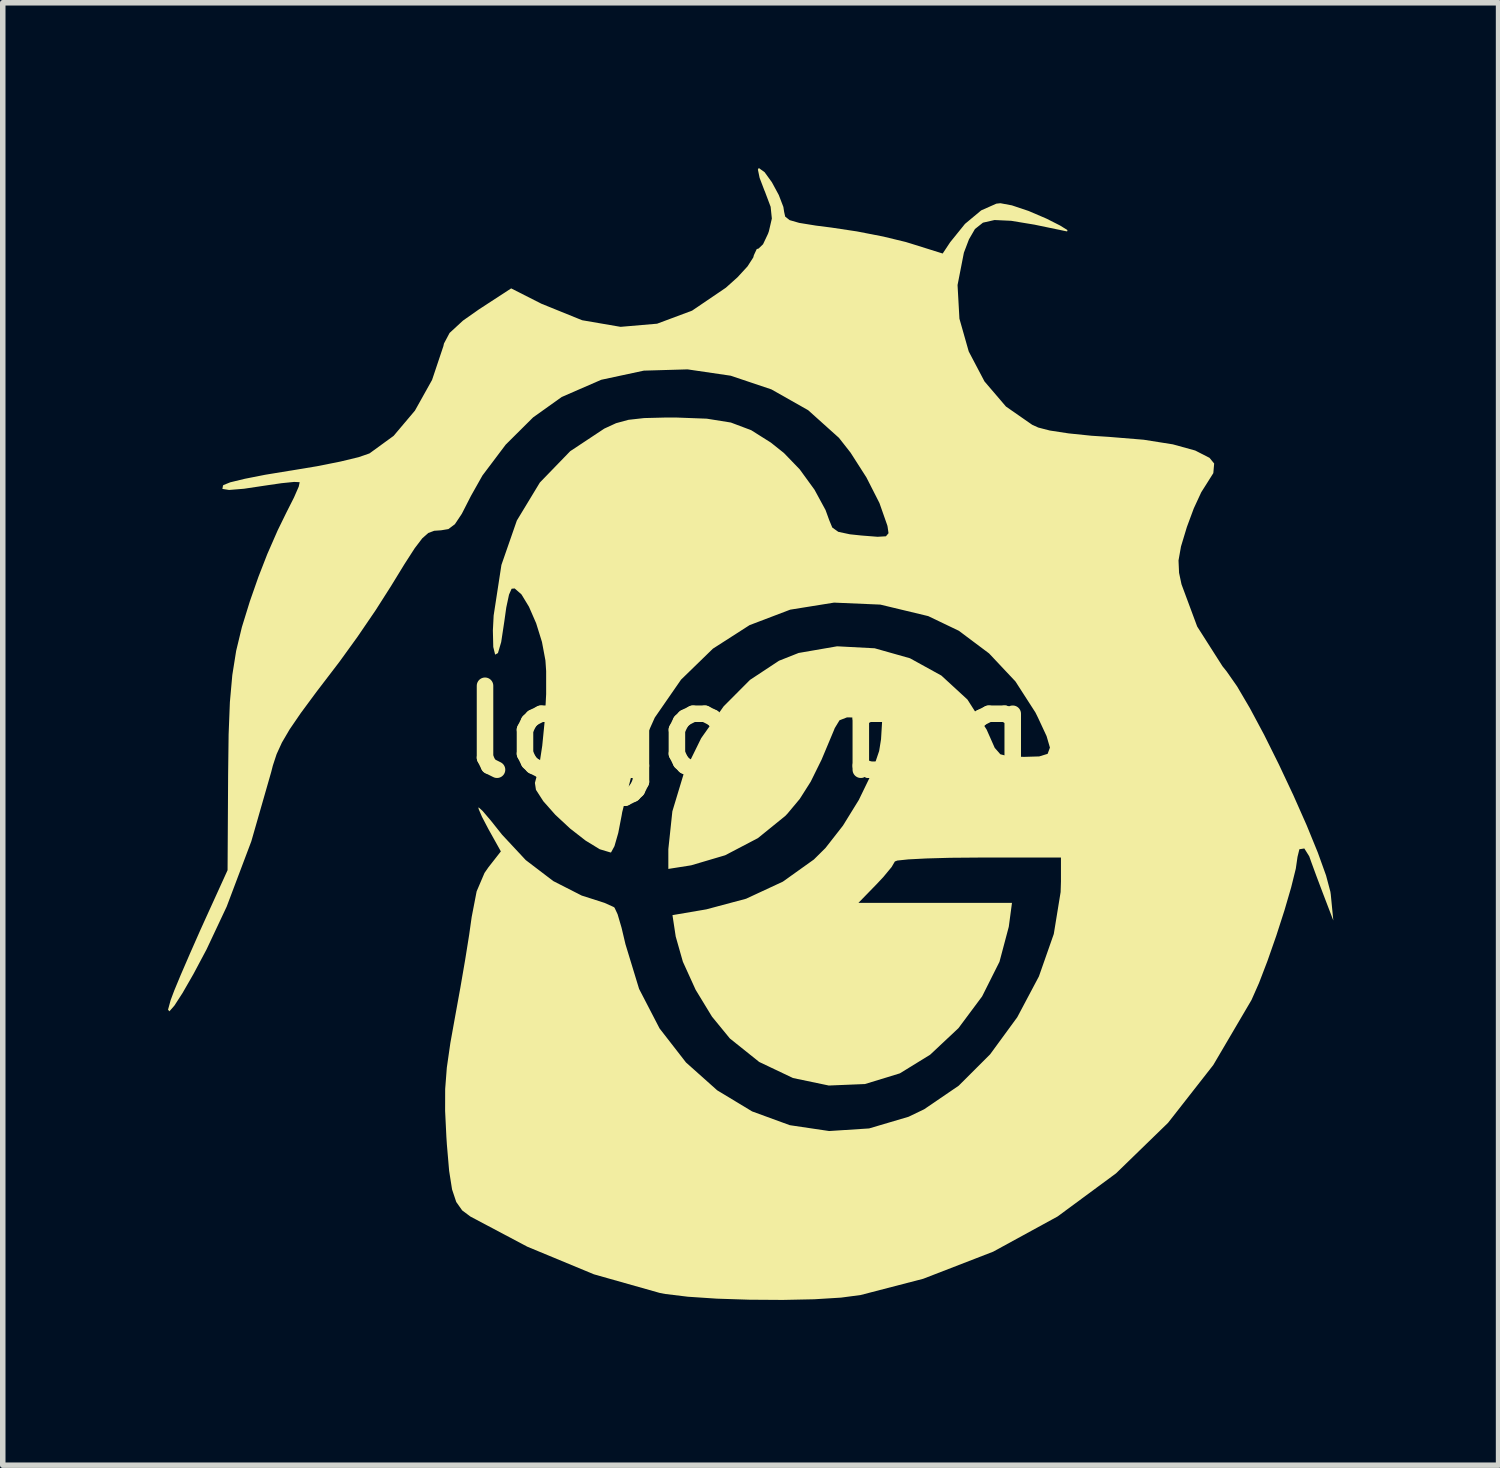
<source format=kicad_pcb>
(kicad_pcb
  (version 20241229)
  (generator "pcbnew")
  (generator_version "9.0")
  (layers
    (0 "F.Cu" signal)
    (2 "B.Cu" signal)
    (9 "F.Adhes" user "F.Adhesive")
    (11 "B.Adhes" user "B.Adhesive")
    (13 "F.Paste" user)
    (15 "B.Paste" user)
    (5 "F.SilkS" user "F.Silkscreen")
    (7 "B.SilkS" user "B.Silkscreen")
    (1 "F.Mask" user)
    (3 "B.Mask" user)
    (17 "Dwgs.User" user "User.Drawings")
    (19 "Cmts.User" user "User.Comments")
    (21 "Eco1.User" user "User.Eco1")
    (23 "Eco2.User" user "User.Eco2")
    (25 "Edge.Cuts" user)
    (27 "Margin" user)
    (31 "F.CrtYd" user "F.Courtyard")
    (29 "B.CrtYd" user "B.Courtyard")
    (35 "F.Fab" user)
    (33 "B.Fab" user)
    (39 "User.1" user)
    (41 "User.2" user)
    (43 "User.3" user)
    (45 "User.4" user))
  (footprint "logo-big"
    (layer "F.Cu")
    (at 10.544 10.233)
    (property "Reference" "logo-big" (at 0 0 0) (layer "F.SilkS") (effects (font (size 1.524 1.524) (thickness 0.3))))
    (attr board_only exclude_from_pos_files exclude_from_bom)
    (fp_poly (pts (xy 0.285 -10.158) (xy 0.418 -9.974) (xy 0.543 -9.743) (xy 0.626 -9.527) (xy 0.64 -9.437) (xy 0.659 -9.351) (xy 0.74 -9.287) (xy 0.914 -9.237) (xy 1.216 -9.188) (xy 1.498 -9.152) (xy 1.963 -9.082) (xy 2.44 -8.989) (xy 2.845 -8.891) (xy 2.937 -8.863) (xy 3.518 -8.681) (xy 3.654 -8.886) (xy 3.923 -9.219) (xy 4.217 -9.464) (xy 4.492 -9.586) (xy 4.566 -9.594) (xy 4.775 -9.555) (xy 5.079 -9.453) (xy 5.401 -9.315) (xy 5.65 -9.189) (xy 5.783 -9.106) (xy 5.777 -9.082) (xy 5.756 -9.086) (xy 5.184 -9.205) (xy 4.761 -9.275) (xy 4.459 -9.289) (xy 4.249 -9.241) (xy 4.104 -9.126) (xy 3.995 -8.938) (xy 3.903 -8.696) (xy 3.788 -8.108) (xy 3.822 -7.498) (xy 3.991 -6.903) (xy 4.277 -6.359) (xy 4.667 -5.903) (xy 5.143 -5.572) (xy 5.253 -5.522) (xy 5.463 -5.468) (xy 5.803 -5.416) (xy 6.22 -5.373) (xy 6.532 -5.353) (xy 7.165 -5.301) (xy 7.696 -5.217) (xy 8.102 -5.105) (xy 8.362 -4.972) (xy 8.446 -4.869) (xy 8.431 -4.695) (xy 8.328 -4.531) (xy 8.212 -4.348) (xy 8.076 -4.054) (xy 7.951 -3.717) (xy 7.844 -3.363) (xy 7.799 -3.109) (xy 7.809 -2.885) (xy 7.853 -2.677) (xy 8.138 -1.91) (xy 8.598 -1.188) (xy 8.672 -1.096) (xy 8.862 -0.824) (xy 9.094 -0.429) (xy 9.353 0.055) (xy 9.621 0.594) (xy 9.884 1.153) (xy 10.125 1.697) (xy 10.328 2.194) (xy 10.477 2.608) (xy 10.556 2.905) (xy 10.563 2.954) (xy 10.609 3.426) (xy 10.417 2.924) (xy 10.303 2.622) (xy 10.211 2.371) (xy 10.172 2.261) (xy 10.083 2.119) (xy 9.993 2.133) (xy 9.959 2.272) (xy 9.928 2.486) (xy 9.844 2.825) (xy 9.721 3.246) (xy 9.573 3.705) (xy 9.415 4.157) (xy 9.261 4.559) (xy 9.125 4.867) (xy 9.12 4.876) (xy 8.43 6.05) (xy 7.609 7.099) (xy 6.664 8.017) (xy 5.604 8.799) (xy 4.435 9.438) (xy 3.165 9.93) (xy 2.028 10.225) (xy 1.673 10.272) (xy 1.186 10.302) (xy 0.615 10.314) (xy 0.01 10.31) (xy -0.58 10.291) (xy -1.106 10.256) (xy -1.518 10.206) (xy -1.618 10.187) (xy -2.813 9.849) (xy -4.021 9.348) (xy -5.054 8.801) (xy -5.204 8.689) (xy -5.312 8.536) (xy -5.388 8.308) (xy -5.441 7.971) (xy -5.482 7.493) (xy -5.491 7.355) (xy -5.514 6.884) (xy -5.513 6.486) (xy -5.483 6.097) (xy -5.419 5.651) (xy -5.331 5.162) (xy -5.238 4.65) (xy -5.15 4.139) (xy -5.078 3.689) (xy -5.032 3.364) (xy -4.942 2.898) (xy -4.799 2.563) (xy -4.729 2.462) (xy -4.502 2.172) (xy -4.726 1.771) (xy -4.845 1.544) (xy -4.907 1.399) (xy -4.907 1.371) (xy -4.834 1.437) (xy -4.684 1.613) (xy -4.488 1.859) (xy -4.481 1.868) (xy -4.05 2.33) (xy -3.55 2.711) (xy -3.034 2.974) (xy -2.861 3.029) (xy -2.619 3.107) (xy -2.457 3.18) (xy -2.439 3.193) (xy -2.383 3.313) (xy -2.311 3.558) (xy -2.24 3.858) (xy -1.993 4.668) (xy -1.621 5.386) (xy -1.141 6.004) (xy -0.575 6.509) (xy 0.059 6.892) (xy 0.743 7.142) (xy 1.457 7.248) (xy 2.182 7.201) (xy 2.899 6.989) (xy 3.182 6.853) (xy 3.808 6.426) (xy 4.379 5.856) (xy 4.872 5.182) (xy 5.265 4.441) (xy 5.535 3.671) (xy 5.659 2.91) (xy 5.665 2.72) (xy 5.665 2.284) (xy 4.157 2.284) (xy 3.655 2.288) (xy 3.224 2.3) (xy 2.894 2.317) (xy 2.695 2.338) (xy 2.65 2.355) (xy 2.591 2.456) (xy 2.441 2.637) (xy 2.319 2.767) (xy 1.989 3.106) (xy 4.776 3.106) (xy 4.718 3.54) (xy 4.549 4.176) (xy 4.234 4.804) (xy 3.804 5.381) (xy 3.29 5.863) (xy 2.741 6.201) (xy 2.108 6.395) (xy 1.451 6.422) (xy 0.801 6.286) (xy 0.187 5.994) (xy -0.345 5.568) (xy -0.67 5.171) (xy -0.967 4.683) (xy -1.198 4.175) (xy -1.329 3.714) (xy -1.331 3.698) (xy -1.387 3.329) (xy -0.772 3.224) (xy -0.05 3.031) (xy 0.617 2.721) (xy 1.18 2.319) (xy 1.39 2.111) (xy 1.708 1.704) (xy 1.995 1.239) (xy 2.222 0.771) (xy 2.365 0.349) (xy 2.399 0.137) (xy 2.421 -0.228) (xy 2.033 -0.256) (xy 1.782 -0.261) (xy 1.645 -0.208) (xy 1.559 -0.066) (xy 1.544 -0.028) (xy 1.32 0.506) (xy 1.122 0.907) (xy 0.924 1.219) (xy 0.701 1.486) (xy 0.66 1.529) (xy 0.164 1.931) (xy -0.43 2.242) (xy -1.045 2.424) (xy -1.074 2.429) (xy -1.462 2.49) (xy -1.462 2.132) (xy -1.389 1.445) (xy -1.183 0.763) (xy -0.866 0.117) (xy -0.458 -0.461) (xy 0.02 -0.941) (xy 0.547 -1.289) (xy 0.903 -1.43) (xy 1.602 -1.551) (xy 2.284 -1.515) (xy 2.924 -1.334) (xy 3.494 -1.02) (xy 3.967 -0.585) (xy 4.316 -0.039) (xy 4.362 0.065) (xy 4.463 0.293) (xy 4.565 0.409) (xy 4.729 0.451) (xy 5.002 0.456) (xy 5.271 0.448) (xy 5.423 0.401) (xy 5.465 0.288) (xy 5.404 0.079) (xy 5.248 -0.256) (xy 5.202 -0.349) (xy 4.839 -0.913) (xy 4.36 -1.422) (xy 3.811 -1.833) (xy 3.256 -2.099) (xy 2.386 -2.308) (xy 1.546 -2.344) (xy 0.75 -2.216) (xy 0.012 -1.935) (xy -0.653 -1.508) (xy -1.231 -0.946) (xy -1.708 -0.257) (xy -2.069 0.549) (xy -2.3 1.462) (xy -2.308 1.511) (xy -2.371 1.837) (xy -2.44 2.077) (xy -2.501 2.189) (xy -2.51 2.192) (xy -2.707 2.133) (xy -2.964 1.976) (xy -3.245 1.757) (xy -3.513 1.508) (xy -3.731 1.262) (xy -3.865 1.054) (xy -3.884 0.929) (xy -3.812 0.654) (xy -3.751 0.255) (xy -3.705 -0.21) (xy -3.68 -0.682) (xy -3.68 -1.102) (xy -3.693 -1.294) (xy -3.756 -1.63) (xy -3.861 -1.968) (xy -3.992 -2.269) (xy -4.128 -2.493) (xy -4.251 -2.601) (xy -4.307 -2.596) (xy -4.354 -2.489) (xy -4.404 -2.255) (xy -4.439 -2.005) (xy -4.496 -1.628) (xy -4.555 -1.428) (xy -4.606 -1.4) (xy -4.64 -1.539) (xy -4.647 -1.839) (xy -4.633 -2.11) (xy -4.492 -3.028) (xy -4.212 -3.834) (xy -3.794 -4.524) (xy -3.243 -5.093) (xy -2.624 -5.503) (xy -2.411 -5.601) (xy -2.187 -5.662) (xy -1.901 -5.694) (xy -1.503 -5.704) (xy -1.325 -5.704) (xy -0.764 -5.683) (xy -0.327 -5.613) (xy 0.042 -5.474) (xy 0.399 -5.249) (xy 0.636 -5.06) (xy 0.922 -4.764) (xy 1.191 -4.394) (xy 1.392 -4.024) (xy 1.458 -3.842) (xy 1.514 -3.707) (xy 1.623 -3.629) (xy 1.834 -3.584) (xy 2.044 -3.562) (xy 2.337 -3.539) (xy 2.488 -3.548) (xy 2.535 -3.604) (xy 2.518 -3.722) (xy 2.513 -3.745) (xy 2.37 -4.152) (xy 2.134 -4.616) (xy 1.846 -5.066) (xy 1.635 -5.335) (xy 1.076 -5.837) (xy 0.41 -6.214) (xy -0.33 -6.463) (xy -1.113 -6.578) (xy -1.907 -6.555) (xy -2.68 -6.389) (xy -3.397 -6.077) (xy -3.917 -5.706) (xy -4.414 -5.212) (xy -4.836 -4.652) (xy -5.045 -4.281) (xy -5.211 -3.956) (xy -5.337 -3.767) (xy -5.454 -3.679) (xy -5.585 -3.657) (xy -5.712 -3.648) (xy -5.819 -3.608) (xy -5.929 -3.511) (xy -6.066 -3.331) (xy -6.251 -3.044) (xy -6.493 -2.649) (xy -6.774 -2.208) (xy -7.104 -1.724) (xy -7.419 -1.288) (xy -7.471 -1.219) (xy -7.851 -0.722) (xy -8.134 -0.339) (xy -8.337 -0.042) (xy -8.477 0.197) (xy -8.573 0.407) (xy -8.641 0.614) (xy -8.671 0.731) (xy -9.032 1.989) (xy -9.479 3.174) (xy -9.845 3.952) (xy -10.083 4.399) (xy -10.28 4.742) (xy -10.428 4.971) (xy -10.519 5.075) (xy -10.544 5.046) (xy -10.496 4.871) (xy -10.431 4.698) (xy -10.314 4.416) (xy -10.147 4.03) (xy -9.959 3.604) (xy -9.858 3.381) (xy -9.463 2.513) (xy -9.453 0.777) (xy -9.444 0.05) (xy -9.421 -0.538) (xy -9.377 -1.029) (xy -9.307 -1.469) (xy -9.203 -1.9) (xy -9.059 -2.366) (xy -8.904 -2.809) (xy -8.742 -3.225) (xy -8.553 -3.657) (xy -8.393 -3.984) (xy -8.257 -4.253) (xy -8.171 -4.45) (xy -8.154 -4.53) (xy -8.255 -4.535) (xy -8.483 -4.512) (xy -8.731 -4.476) (xy -9.165 -4.411) (xy -9.435 -4.389) (xy -9.557 -4.408) (xy -9.546 -4.469) (xy -9.536 -4.479) (xy -9.414 -4.528) (xy -9.149 -4.592) (xy -8.779 -4.665) (xy -8.341 -4.737) (xy -8.301 -4.743) (xy -7.837 -4.82) (xy -7.417 -4.904) (xy -7.085 -4.984) (xy -6.888 -5.052) (xy -6.886 -5.053) (xy -6.449 -5.371) (xy -6.062 -5.829) (xy -5.751 -6.386) (xy -5.545 -7.001) (xy -5.535 -7.047) (xy -5.433 -7.239) (xy -5.19 -7.463) (xy -4.9 -7.667) (xy -4.315 -8.048) (xy -3.765 -7.769) (xy -3.027 -7.47) (xy -2.329 -7.35) (xy -1.666 -7.407) (xy -1.031 -7.644) (xy -0.418 -8.06) (xy -0.206 -8.25) (xy -0.025 -8.447) (xy 0.08 -8.61) (xy 0.091 -8.652) (xy 0.143 -8.762) (xy 0.176 -8.771) (xy 0.257 -8.849) (xy 0.348 -9.041) (xy 0.364 -9.087) (xy 0.417 -9.316) (xy 0.395 -9.529) (xy 0.289 -9.811) (xy 0.285 -9.818) (xy 0.195 -10.054) (xy 0.164 -10.204) (xy 0.18 -10.233)) (stroke (width 0) (type solid)) (fill yes) (layer "F.SilkS")))
  (gr_rect
    (start -3 -3)
    (end 24.153 23.547)
    (stroke (width 0.1) (type default))
    (fill no)
    (layer "Edge.Cuts")))
</source>
